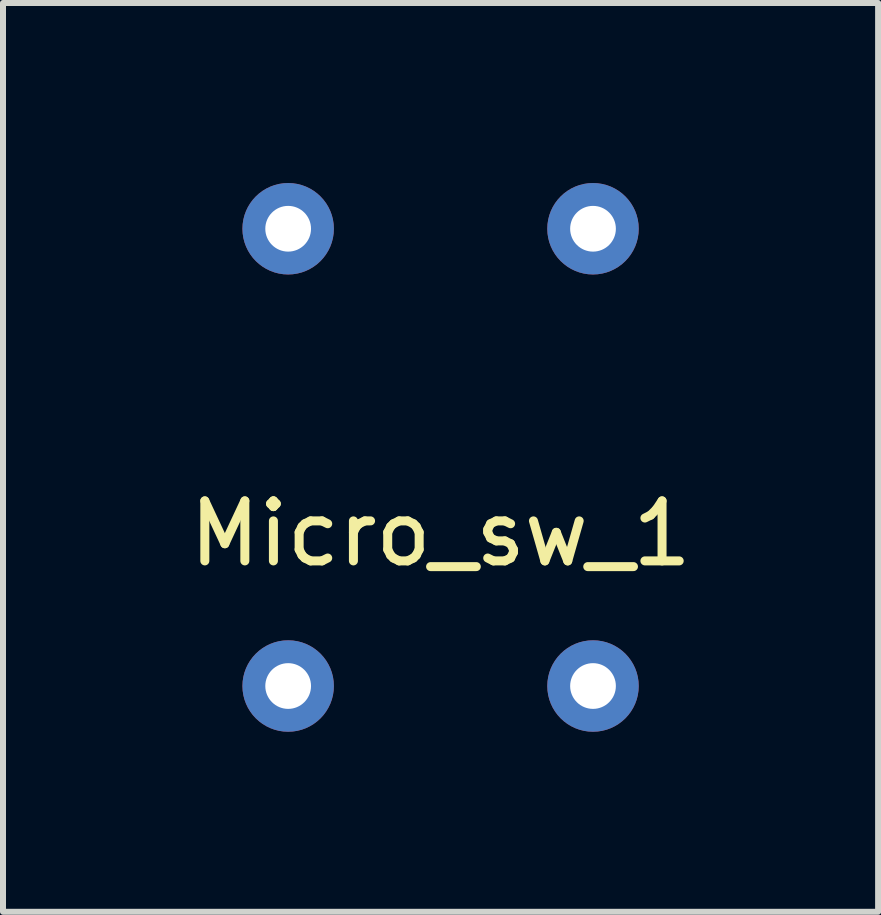
<source format=kicad_pcb>
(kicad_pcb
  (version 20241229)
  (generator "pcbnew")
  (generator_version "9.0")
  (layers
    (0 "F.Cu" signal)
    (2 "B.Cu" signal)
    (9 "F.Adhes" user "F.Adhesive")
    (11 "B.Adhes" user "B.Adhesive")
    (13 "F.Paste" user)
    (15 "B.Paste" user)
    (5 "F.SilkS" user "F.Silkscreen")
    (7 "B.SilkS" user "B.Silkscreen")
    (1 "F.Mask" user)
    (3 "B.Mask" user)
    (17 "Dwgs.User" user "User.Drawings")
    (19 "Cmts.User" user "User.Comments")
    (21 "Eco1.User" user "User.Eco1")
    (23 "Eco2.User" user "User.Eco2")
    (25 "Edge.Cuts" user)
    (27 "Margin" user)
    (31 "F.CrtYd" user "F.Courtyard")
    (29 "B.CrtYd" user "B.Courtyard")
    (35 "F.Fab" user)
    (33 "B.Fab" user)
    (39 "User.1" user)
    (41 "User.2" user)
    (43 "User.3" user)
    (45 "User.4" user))
  (footprint "Micro_sw_1"
    (layer "F.Cu")
    (at 4.292 4.572)
    (property "Reference" "Micro_sw_1" (at 0 1.27 0) (layer "F.SilkS") (effects (font (size 1 1) (thickness 0.15))))
    (attr through_hole)
    (pad "1" thru_hole circle (at -2.54 -3.81) (size 1.524 1.524) (drill 0.762) (layers "*.Cu" "*.Mask"))
    (pad "1" thru_hole circle (at -2.54 3.81) (size 1.524 1.524) (drill 0.762) (layers "*.Cu" "*.Mask"))
    (pad "2" thru_hole circle (at 2.54 -3.81) (size 1.524 1.524) (drill 0.762) (layers "*.Cu" "*.Mask"))
    (pad "2" thru_hole circle (at 2.54 3.81) (size 1.524 1.524) (drill 0.762) (layers "*.Cu" "*.Mask")))
  (gr_rect
    (start -3 -3)
    (end 11.583 12.144)
    (stroke (width 0.1) (type default))
    (fill no)
    (layer "Edge.Cuts")))
</source>
